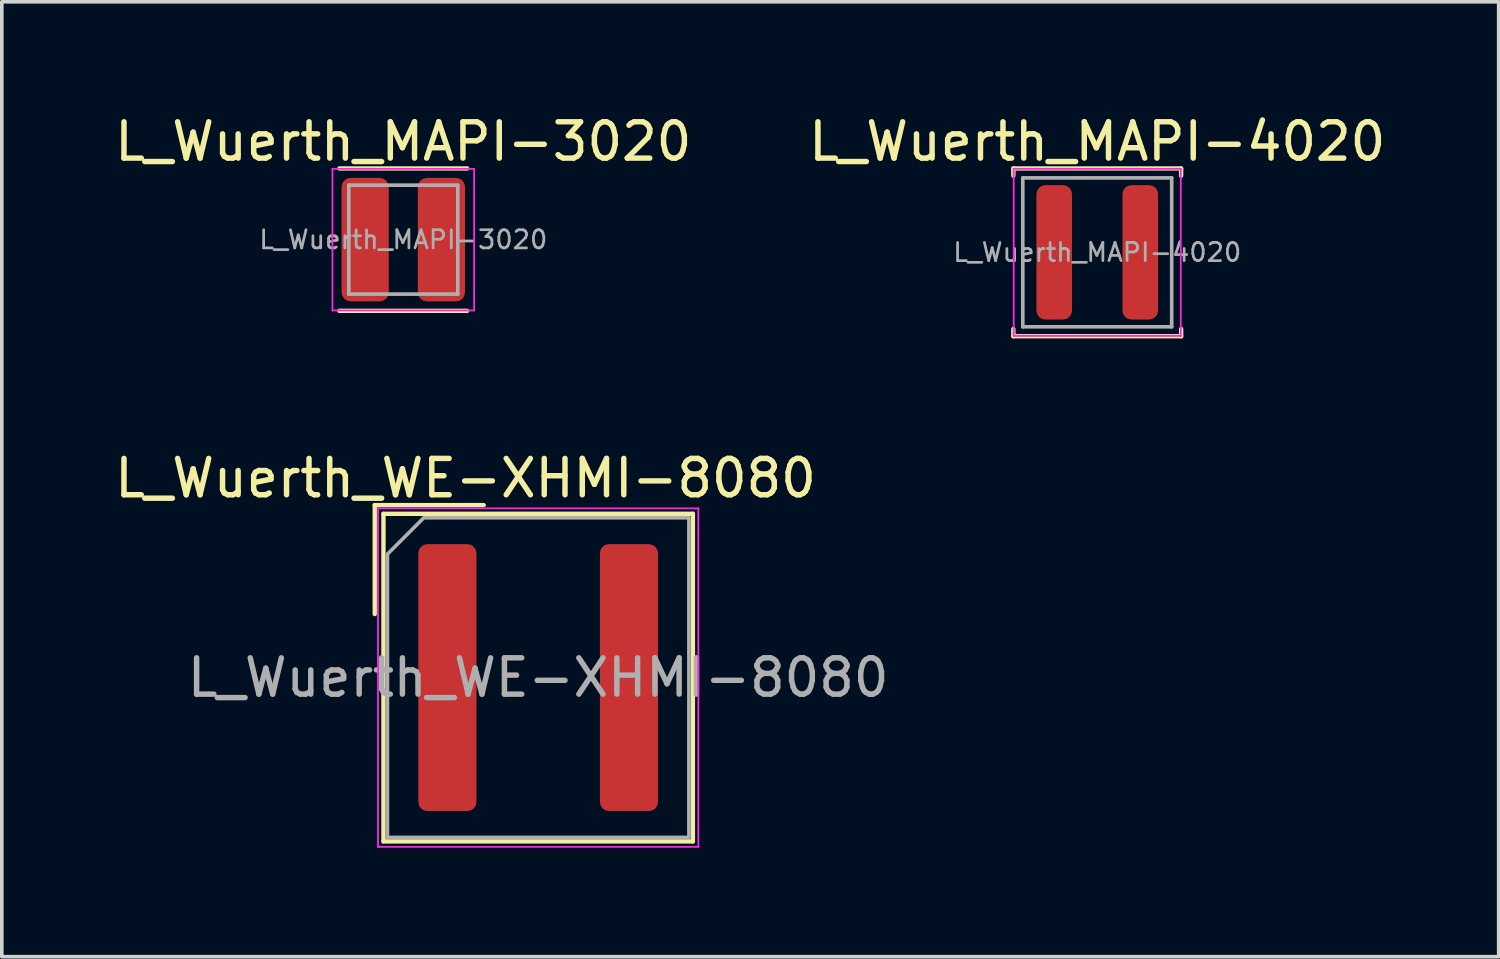
<source format=kicad_pcb>
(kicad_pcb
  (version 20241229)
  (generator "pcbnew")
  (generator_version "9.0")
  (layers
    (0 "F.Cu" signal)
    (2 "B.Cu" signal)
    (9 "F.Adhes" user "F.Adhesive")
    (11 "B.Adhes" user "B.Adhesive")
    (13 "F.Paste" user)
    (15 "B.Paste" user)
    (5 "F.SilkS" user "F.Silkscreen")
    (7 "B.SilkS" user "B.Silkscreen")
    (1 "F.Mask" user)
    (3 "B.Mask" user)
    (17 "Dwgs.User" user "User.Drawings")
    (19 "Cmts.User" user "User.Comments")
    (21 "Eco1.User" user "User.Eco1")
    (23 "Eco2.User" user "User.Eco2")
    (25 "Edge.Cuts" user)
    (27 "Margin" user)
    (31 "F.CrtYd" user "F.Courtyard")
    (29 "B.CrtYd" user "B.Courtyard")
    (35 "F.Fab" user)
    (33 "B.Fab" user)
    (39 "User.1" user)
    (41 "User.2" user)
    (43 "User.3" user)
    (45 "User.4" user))
  (footprint "L_Wuerth_MAPI-3020"
    (layer "F.Cu")
    (at 8.054 3.548)
    (property "Reference" "L_Wuerth_MAPI-3020" (at 0 -2.7 0) (layer "F.SilkS") (effects (font (size 1 1) (thickness 0.15))))
    (attr smd)
    (fp_line (start -1.76 -1.96) (end 1.76 -1.96) (stroke (width 0.12) (type solid)) (layer "F.SilkS"))
    (fp_line (start -1.76 1.96) (end 1.76 1.96) (stroke (width 0.12) (type solid)) (layer "F.SilkS"))
    (fp_line (start -1.95 -1.95) (end -1.95 1.95) (stroke (width 0.05) (type solid)) (layer "F.CrtYd"))
    (fp_line (start -1.95 1.95) (end 1.95 1.95) (stroke (width 0.05) (type solid)) (layer "F.CrtYd"))
    (fp_line (start 1.95 -1.95) (end -1.95 -1.95) (stroke (width 0.05) (type solid)) (layer "F.CrtYd"))
    (fp_line (start 1.95 1.95) (end 1.95 -1.95) (stroke (width 0.05) (type solid)) (layer "F.CrtYd"))
    (fp_line (start -1.5 -1.5) (end -1.5 1.5) (stroke (width 0.1) (type solid)) (layer "F.Fab"))
    (fp_line (start -1.5 1.5) (end 1.5 1.5) (stroke (width 0.1) (type solid)) (layer "F.Fab"))
    (fp_line (start 1.5 -1.5) (end -1.5 -1.5) (stroke (width 0.1) (type solid)) (layer "F.Fab"))
    (fp_line (start 1.5 1.5) (end 1.5 -1.5) (stroke (width 0.1) (type solid)) (layer "F.Fab"))
    (fp_text user "${REFERENCE}" (at 0 0 0) (layer "F.Fab") (effects (font (size 0.5 0.5) (thickness 0.075))))
    (pad "1" smd roundrect (at -1.05 0) (size 1.3 3.4) (layers "F.Cu" "F.Mask" "F.Paste") (roundrect_rratio 0.192))
    (pad "2" smd roundrect (at 1.05 0) (size 1.3 3.4) (layers "F.Cu" "F.Mask" "F.Paste") (roundrect_rratio 0.192)))
  (footprint "L_Wuerth_MAPI-4020"
    (layer "F.Cu")
    (at 27.161 3.898)
    (property "Reference" "L_Wuerth_MAPI-4020" (at 0 -3.05 0) (layer "F.SilkS") (effects (font (size 1 1) (thickness 0.15))))
    (attr smd)
    (fp_line (start -2.31 -2.31) (end -2.31 -2.11) (stroke (width 0.12) (type solid)) (layer "F.SilkS"))
    (fp_line (start -2.31 -2.31) (end 2.31 -2.31) (stroke (width 0.12) (type solid)) (layer "F.SilkS"))
    (fp_line (start -2.31 2.31) (end -2.31 2.11) (stroke (width 0.12) (type solid)) (layer "F.SilkS"))
    (fp_line (start -2.31 2.31) (end 2.31 2.31) (stroke (width 0.12) (type solid)) (layer "F.SilkS"))
    (fp_line (start 2.31 -2.31) (end 2.31 -2.11) (stroke (width 0.12) (type solid)) (layer "F.SilkS"))
    (fp_line (start 2.31 2.31) (end 2.31 2.11) (stroke (width 0.12) (type solid)) (layer "F.SilkS"))
    (fp_line (start -2.3 -2.3) (end -2.3 2.3) (stroke (width 0.05) (type solid)) (layer "F.CrtYd"))
    (fp_line (start -2.3 2.3) (end 2.3 2.3) (stroke (width 0.05) (type solid)) (layer "F.CrtYd"))
    (fp_line (start 2.3 -2.3) (end -2.3 -2.3) (stroke (width 0.05) (type solid)) (layer "F.CrtYd"))
    (fp_line (start 2.3 2.3) (end 2.3 -2.3) (stroke (width 0.05) (type solid)) (layer "F.CrtYd"))
    (fp_line (start -2.05 -2.05) (end -2.05 2.05) (stroke (width 0.1) (type solid)) (layer "F.Fab"))
    (fp_line (start -2.05 2.05) (end 2.05 2.05) (stroke (width 0.1) (type solid)) (layer "F.Fab"))
    (fp_line (start 2.05 -2.05) (end -2.05 -2.05) (stroke (width 0.1) (type solid)) (layer "F.Fab"))
    (fp_line (start 2.05 2.05) (end 2.05 -2.05) (stroke (width 0.1) (type solid)) (layer "F.Fab"))
    (fp_text user "${REFERENCE}" (at 0 0 0) (layer "F.Fab") (effects (font (size 0.5 0.5) (thickness 0.075))))
    (pad "1" smd roundrect (at -1.185 0) (size 0.98 3.7) (layers "F.Cu" "F.Mask" "F.Paste") (roundrect_rratio 0.25))
    (pad "2" smd roundrect (at 1.185 0) (size 0.98 3.7) (layers "F.Cu" "F.Mask" "F.Paste") (roundrect_rratio 0.25)))
  (footprint "L_Wuerth_WE-XHMI-8080"
    (layer "F.Cu")
    (at 11.768 15.607)
    (property "Reference" "L_Wuerth_WE-XHMI-8080" (at -2 -5.49 0) (layer "F.SilkS") (effects (font (size 1 1) (thickness 0.15))))
    (attr smd)
    (fp_line (start -4.5 -4.75) (end -1.5 -4.75) (stroke (width 0.12) (type solid)) (layer "F.SilkS"))
    (fp_line (start -4.5 -1.75) (end -4.5 -4.75) (stroke (width 0.12) (type solid)) (layer "F.SilkS"))
    (fp_line (start -4.26 -4.51) (end -4.26 4.51) (stroke (width 0.12) (type solid)) (layer "F.SilkS"))
    (fp_line (start -4.26 -4.51) (end 4.26 -4.51) (stroke (width 0.12) (type solid)) (layer "F.SilkS"))
    (fp_line (start -4.26 4.51) (end 4.26 4.51) (stroke (width 0.12) (type solid)) (layer "F.SilkS"))
    (fp_line (start 4.26 -4.51) (end 4.26 4.51) (stroke (width 0.12) (type solid)) (layer "F.SilkS"))
    (fp_line (start -4.41 -4.66) (end -4.41 4.66) (stroke (width 0.05) (type solid)) (layer "F.CrtYd"))
    (fp_line (start -4.41 4.66) (end 4.41 4.66) (stroke (width 0.05) (type solid)) (layer "F.CrtYd"))
    (fp_line (start 4.41 -4.66) (end -4.41 -4.66) (stroke (width 0.05) (type solid)) (layer "F.CrtYd"))
    (fp_line (start 4.41 4.66) (end 4.41 -4.66) (stroke (width 0.05) (type solid)) (layer "F.CrtYd"))
    (fp_poly (pts (xy -4.15 -3.4) (xy -4.15 4.4) (xy 4.15 4.4) (xy 4.15 -4.4) (xy -3.15 -4.4)) (stroke (width 0.1) (type solid)) (fill no) (layer "F.Fab"))
    (fp_text user "${REFERENCE}" (at 0 0 0) (layer "F.Fab") (effects (font (size 1 1) (thickness 0.15))))
    (pad "1" smd roundrect (at -2.5 0) (size 1.6 7.35) (layers "F.Cu" "F.Mask" "F.Paste") (roundrect_rratio 0.156))
    (pad "2" smd roundrect (at 2.5 0) (size 1.6 7.35) (layers "F.Cu" "F.Mask" "F.Paste") (roundrect_rratio 0.156)))
  (gr_rect
    (start -3 -3)
    (end 38.214 23.291)
    (stroke (width 0.1) (type default))
    (fill no)
    (layer "Edge.Cuts")))
</source>
